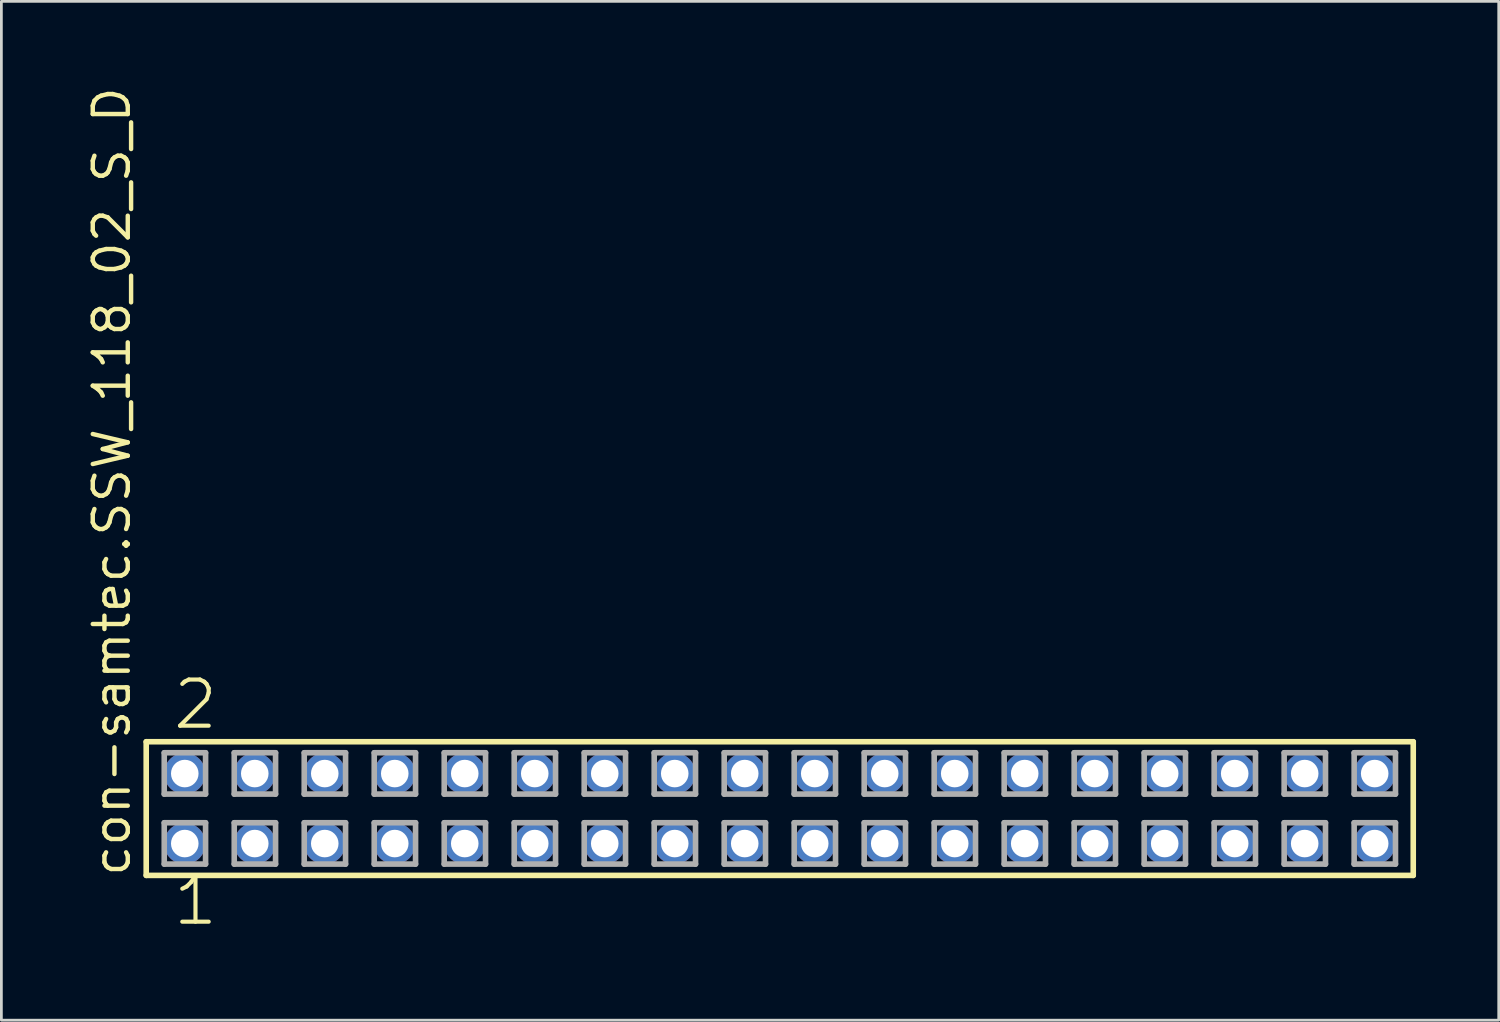
<source format=kicad_pcb>
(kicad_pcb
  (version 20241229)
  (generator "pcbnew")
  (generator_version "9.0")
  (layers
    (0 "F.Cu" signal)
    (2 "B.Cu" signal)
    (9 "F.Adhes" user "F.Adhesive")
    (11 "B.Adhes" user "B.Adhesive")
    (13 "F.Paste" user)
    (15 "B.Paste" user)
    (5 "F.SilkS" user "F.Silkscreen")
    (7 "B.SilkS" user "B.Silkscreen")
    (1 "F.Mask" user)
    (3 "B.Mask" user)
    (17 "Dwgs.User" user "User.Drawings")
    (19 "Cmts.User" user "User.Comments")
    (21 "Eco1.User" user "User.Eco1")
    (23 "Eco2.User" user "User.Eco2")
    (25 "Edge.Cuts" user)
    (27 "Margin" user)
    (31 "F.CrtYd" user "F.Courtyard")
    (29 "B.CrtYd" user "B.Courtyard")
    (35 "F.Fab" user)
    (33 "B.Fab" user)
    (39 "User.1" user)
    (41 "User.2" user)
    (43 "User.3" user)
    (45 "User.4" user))
  (footprint "con-samtec.SSW_118_02_S_D"
    (layer "F.Cu")
    (at 25.245 26.291)
    (property "Reference" "con-samtec.SSW_118_02_S_D" (at -23.495 2.54 90) (layer "F.SilkS") (effects (font (size 1.27 1.27) (thickness 0.16)) (justify left bottom)))
    (attr through_hole)
    (fp_line (start -22.989 -2.425) (end 22.989 -2.425) (stroke (width 0.203) (type default)) (layer "F.SilkS"))
    (fp_line (start -22.989 2.425) (end -22.989 -2.425) (stroke (width 0.203) (type default)) (layer "F.SilkS"))
    (fp_line (start 22.989 -2.425) (end 22.989 2.425) (stroke (width 0.203) (type default)) (layer "F.SilkS"))
    (fp_line (start 22.989 2.425) (end -22.989 2.425) (stroke (width 0.203) (type default)) (layer "F.SilkS"))
    (fp_line (start -22.335 -2.025) (end -20.835 -2.025) (stroke (width 0.203) (type default)) (layer "F.Fab"))
    (fp_line (start -22.335 -0.525) (end -22.335 -2.025) (stroke (width 0.203) (type default)) (layer "F.Fab"))
    (fp_line (start -22.335 0.515) (end -20.835 0.515) (stroke (width 0.203) (type default)) (layer "F.Fab"))
    (fp_line (start -22.335 2.015) (end -22.335 0.515) (stroke (width 0.203) (type default)) (layer "F.Fab"))
    (fp_line (start -20.835 -2.025) (end -20.835 -0.525) (stroke (width 0.203) (type default)) (layer "F.Fab"))
    (fp_line (start -20.835 -0.525) (end -22.335 -0.525) (stroke (width 0.203) (type default)) (layer "F.Fab"))
    (fp_line (start -20.835 0.515) (end -20.835 2.015) (stroke (width 0.203) (type default)) (layer "F.Fab"))
    (fp_line (start -20.835 2.015) (end -22.335 2.015) (stroke (width 0.203) (type default)) (layer "F.Fab"))
    (fp_line (start -19.795 -2.025) (end -18.295 -2.025) (stroke (width 0.203) (type default)) (layer "F.Fab"))
    (fp_line (start -19.795 -0.525) (end -19.795 -2.025) (stroke (width 0.203) (type default)) (layer "F.Fab"))
    (fp_line (start -19.795 0.515) (end -18.295 0.515) (stroke (width 0.203) (type default)) (layer "F.Fab"))
    (fp_line (start -19.795 2.015) (end -19.795 0.515) (stroke (width 0.203) (type default)) (layer "F.Fab"))
    (fp_line (start -18.295 -2.025) (end -18.295 -0.525) (stroke (width 0.203) (type default)) (layer "F.Fab"))
    (fp_line (start -18.295 -0.525) (end -19.795 -0.525) (stroke (width 0.203) (type default)) (layer "F.Fab"))
    (fp_line (start -18.295 0.515) (end -18.295 2.015) (stroke (width 0.203) (type default)) (layer "F.Fab"))
    (fp_line (start -18.295 2.015) (end -19.795 2.015) (stroke (width 0.203) (type default)) (layer "F.Fab"))
    (fp_line (start -17.255 -2.025) (end -15.755 -2.025) (stroke (width 0.203) (type default)) (layer "F.Fab"))
    (fp_line (start -17.255 -0.525) (end -17.255 -2.025) (stroke (width 0.203) (type default)) (layer "F.Fab"))
    (fp_line (start -17.255 0.515) (end -15.755 0.515) (stroke (width 0.203) (type default)) (layer "F.Fab"))
    (fp_line (start -17.255 2.015) (end -17.255 0.515) (stroke (width 0.203) (type default)) (layer "F.Fab"))
    (fp_line (start -15.755 -2.025) (end -15.755 -0.525) (stroke (width 0.203) (type default)) (layer "F.Fab"))
    (fp_line (start -15.755 -0.525) (end -17.255 -0.525) (stroke (width 0.203) (type default)) (layer "F.Fab"))
    (fp_line (start -15.755 0.515) (end -15.755 2.015) (stroke (width 0.203) (type default)) (layer "F.Fab"))
    (fp_line (start -15.755 2.015) (end -17.255 2.015) (stroke (width 0.203) (type default)) (layer "F.Fab"))
    (fp_line (start -14.715 -2.025) (end -13.215 -2.025) (stroke (width 0.203) (type default)) (layer "F.Fab"))
    (fp_line (start -14.715 -0.525) (end -14.715 -2.025) (stroke (width 0.203) (type default)) (layer "F.Fab"))
    (fp_line (start -14.715 0.515) (end -13.215 0.515) (stroke (width 0.203) (type default)) (layer "F.Fab"))
    (fp_line (start -14.715 2.015) (end -14.715 0.515) (stroke (width 0.203) (type default)) (layer "F.Fab"))
    (fp_line (start -13.215 -2.025) (end -13.215 -0.525) (stroke (width 0.203) (type default)) (layer "F.Fab"))
    (fp_line (start -13.215 -0.525) (end -14.715 -0.525) (stroke (width 0.203) (type default)) (layer "F.Fab"))
    (fp_line (start -13.215 0.515) (end -13.215 2.015) (stroke (width 0.203) (type default)) (layer "F.Fab"))
    (fp_line (start -13.215 2.015) (end -14.715 2.015) (stroke (width 0.203) (type default)) (layer "F.Fab"))
    (fp_line (start -12.175 -2.025) (end -10.675 -2.025) (stroke (width 0.203) (type default)) (layer "F.Fab"))
    (fp_line (start -12.175 -0.525) (end -12.175 -2.025) (stroke (width 0.203) (type default)) (layer "F.Fab"))
    (fp_line (start -12.175 0.515) (end -10.675 0.515) (stroke (width 0.203) (type default)) (layer "F.Fab"))
    (fp_line (start -12.175 2.015) (end -12.175 0.515) (stroke (width 0.203) (type default)) (layer "F.Fab"))
    (fp_line (start -10.675 -2.025) (end -10.675 -0.525) (stroke (width 0.203) (type default)) (layer "F.Fab"))
    (fp_line (start -10.675 -0.525) (end -12.175 -0.525) (stroke (width 0.203) (type default)) (layer "F.Fab"))
    (fp_line (start -10.675 0.515) (end -10.675 2.015) (stroke (width 0.203) (type default)) (layer "F.Fab"))
    (fp_line (start -10.675 2.015) (end -12.175 2.015) (stroke (width 0.203) (type default)) (layer "F.Fab"))
    (fp_line (start -9.635 -2.025) (end -8.135 -2.025) (stroke (width 0.203) (type default)) (layer "F.Fab"))
    (fp_line (start -9.635 -0.525) (end -9.635 -2.025) (stroke (width 0.203) (type default)) (layer "F.Fab"))
    (fp_line (start -9.635 0.515) (end -8.135 0.515) (stroke (width 0.203) (type default)) (layer "F.Fab"))
    (fp_line (start -9.635 2.015) (end -9.635 0.515) (stroke (width 0.203) (type default)) (layer "F.Fab"))
    (fp_line (start -8.135 -2.025) (end -8.135 -0.525) (stroke (width 0.203) (type default)) (layer "F.Fab"))
    (fp_line (start -8.135 -0.525) (end -9.635 -0.525) (stroke (width 0.203) (type default)) (layer "F.Fab"))
    (fp_line (start -8.135 0.515) (end -8.135 2.015) (stroke (width 0.203) (type default)) (layer "F.Fab"))
    (fp_line (start -8.135 2.015) (end -9.635 2.015) (stroke (width 0.203) (type default)) (layer "F.Fab"))
    (fp_line (start -7.095 -2.025) (end -5.595 -2.025) (stroke (width 0.203) (type default)) (layer "F.Fab"))
    (fp_line (start -7.095 -0.525) (end -7.095 -2.025) (stroke (width 0.203) (type default)) (layer "F.Fab"))
    (fp_line (start -7.095 0.515) (end -5.595 0.515) (stroke (width 0.203) (type default)) (layer "F.Fab"))
    (fp_line (start -7.095 2.015) (end -7.095 0.515) (stroke (width 0.203) (type default)) (layer "F.Fab"))
    (fp_line (start -5.595 -2.025) (end -5.595 -0.525) (stroke (width 0.203) (type default)) (layer "F.Fab"))
    (fp_line (start -5.595 -0.525) (end -7.095 -0.525) (stroke (width 0.203) (type default)) (layer "F.Fab"))
    (fp_line (start -5.595 0.515) (end -5.595 2.015) (stroke (width 0.203) (type default)) (layer "F.Fab"))
    (fp_line (start -5.595 2.015) (end -7.095 2.015) (stroke (width 0.203) (type default)) (layer "F.Fab"))
    (fp_line (start -4.555 -2.025) (end -3.055 -2.025) (stroke (width 0.203) (type default)) (layer "F.Fab"))
    (fp_line (start -4.555 -0.525) (end -4.555 -2.025) (stroke (width 0.203) (type default)) (layer "F.Fab"))
    (fp_line (start -4.555 0.515) (end -3.055 0.515) (stroke (width 0.203) (type default)) (layer "F.Fab"))
    (fp_line (start -4.555 2.015) (end -4.555 0.515) (stroke (width 0.203) (type default)) (layer "F.Fab"))
    (fp_line (start -3.055 -2.025) (end -3.055 -0.525) (stroke (width 0.203) (type default)) (layer "F.Fab"))
    (fp_line (start -3.055 -0.525) (end -4.555 -0.525) (stroke (width 0.203) (type default)) (layer "F.Fab"))
    (fp_line (start -3.055 0.515) (end -3.055 2.015) (stroke (width 0.203) (type default)) (layer "F.Fab"))
    (fp_line (start -3.055 2.015) (end -4.555 2.015) (stroke (width 0.203) (type default)) (layer "F.Fab"))
    (fp_line (start -2.015 -2.025) (end -0.515 -2.025) (stroke (width 0.203) (type default)) (layer "F.Fab"))
    (fp_line (start -2.015 -0.525) (end -2.015 -2.025) (stroke (width 0.203) (type default)) (layer "F.Fab"))
    (fp_line (start -2.015 0.515) (end -0.515 0.515) (stroke (width 0.203) (type default)) (layer "F.Fab"))
    (fp_line (start -2.015 2.015) (end -2.015 0.515) (stroke (width 0.203) (type default)) (layer "F.Fab"))
    (fp_line (start -0.515 -2.025) (end -0.515 -0.525) (stroke (width 0.203) (type default)) (layer "F.Fab"))
    (fp_line (start -0.515 -0.525) (end -2.015 -0.525) (stroke (width 0.203) (type default)) (layer "F.Fab"))
    (fp_line (start -0.515 0.515) (end -0.515 2.015) (stroke (width 0.203) (type default)) (layer "F.Fab"))
    (fp_line (start -0.515 2.015) (end -2.015 2.015) (stroke (width 0.203) (type default)) (layer "F.Fab"))
    (fp_line (start 0.525 -2.025) (end 2.025 -2.025) (stroke (width 0.203) (type default)) (layer "F.Fab"))
    (fp_line (start 0.525 -0.525) (end 0.525 -2.025) (stroke (width 0.203) (type default)) (layer "F.Fab"))
    (fp_line (start 0.525 0.515) (end 2.025 0.515) (stroke (width 0.203) (type default)) (layer "F.Fab"))
    (fp_line (start 0.525 2.015) (end 0.525 0.515) (stroke (width 0.203) (type default)) (layer "F.Fab"))
    (fp_line (start 2.025 -2.025) (end 2.025 -0.525) (stroke (width 0.203) (type default)) (layer "F.Fab"))
    (fp_line (start 2.025 -0.525) (end 0.525 -0.525) (stroke (width 0.203) (type default)) (layer "F.Fab"))
    (fp_line (start 2.025 0.515) (end 2.025 2.015) (stroke (width 0.203) (type default)) (layer "F.Fab"))
    (fp_line (start 2.025 2.015) (end 0.525 2.015) (stroke (width 0.203) (type default)) (layer "F.Fab"))
    (fp_line (start 3.065 -2.025) (end 4.565 -2.025) (stroke (width 0.203) (type default)) (layer "F.Fab"))
    (fp_line (start 3.065 -0.525) (end 3.065 -2.025) (stroke (width 0.203) (type default)) (layer "F.Fab"))
    (fp_line (start 3.065 0.515) (end 4.565 0.515) (stroke (width 0.203) (type default)) (layer "F.Fab"))
    (fp_line (start 3.065 2.015) (end 3.065 0.515) (stroke (width 0.203) (type default)) (layer "F.Fab"))
    (fp_line (start 4.565 -2.025) (end 4.565 -0.525) (stroke (width 0.203) (type default)) (layer "F.Fab"))
    (fp_line (start 4.565 -0.525) (end 3.065 -0.525) (stroke (width 0.203) (type default)) (layer "F.Fab"))
    (fp_line (start 4.565 0.515) (end 4.565 2.015) (stroke (width 0.203) (type default)) (layer "F.Fab"))
    (fp_line (start 4.565 2.015) (end 3.065 2.015) (stroke (width 0.203) (type default)) (layer "F.Fab"))
    (fp_line (start 5.605 -2.025) (end 7.105 -2.025) (stroke (width 0.203) (type default)) (layer "F.Fab"))
    (fp_line (start 5.605 -0.525) (end 5.605 -2.025) (stroke (width 0.203) (type default)) (layer "F.Fab"))
    (fp_line (start 5.605 0.515) (end 7.105 0.515) (stroke (width 0.203) (type default)) (layer "F.Fab"))
    (fp_line (start 5.605 2.015) (end 5.605 0.515) (stroke (width 0.203) (type default)) (layer "F.Fab"))
    (fp_line (start 7.105 -2.025) (end 7.105 -0.525) (stroke (width 0.203) (type default)) (layer "F.Fab"))
    (fp_line (start 7.105 -0.525) (end 5.605 -0.525) (stroke (width 0.203) (type default)) (layer "F.Fab"))
    (fp_line (start 7.105 0.515) (end 7.105 2.015) (stroke (width 0.203) (type default)) (layer "F.Fab"))
    (fp_line (start 7.105 2.015) (end 5.605 2.015) (stroke (width 0.203) (type default)) (layer "F.Fab"))
    (fp_line (start 8.145 -2.025) (end 9.645 -2.025) (stroke (width 0.203) (type default)) (layer "F.Fab"))
    (fp_line (start 8.145 -0.525) (end 8.145 -2.025) (stroke (width 0.203) (type default)) (layer "F.Fab"))
    (fp_line (start 8.145 0.515) (end 9.645 0.515) (stroke (width 0.203) (type default)) (layer "F.Fab"))
    (fp_line (start 8.145 2.015) (end 8.145 0.515) (stroke (width 0.203) (type default)) (layer "F.Fab"))
    (fp_line (start 9.645 -2.025) (end 9.645 -0.525) (stroke (width 0.203) (type default)) (layer "F.Fab"))
    (fp_line (start 9.645 -0.525) (end 8.145 -0.525) (stroke (width 0.203) (type default)) (layer "F.Fab"))
    (fp_line (start 9.645 0.515) (end 9.645 2.015) (stroke (width 0.203) (type default)) (layer "F.Fab"))
    (fp_line (start 9.645 2.015) (end 8.145 2.015) (stroke (width 0.203) (type default)) (layer "F.Fab"))
    (fp_line (start 10.685 -2.025) (end 12.185 -2.025) (stroke (width 0.203) (type default)) (layer "F.Fab"))
    (fp_line (start 10.685 -0.525) (end 10.685 -2.025) (stroke (width 0.203) (type default)) (layer "F.Fab"))
    (fp_line (start 10.685 0.515) (end 12.185 0.515) (stroke (width 0.203) (type default)) (layer "F.Fab"))
    (fp_line (start 10.685 2.015) (end 10.685 0.515) (stroke (width 0.203) (type default)) (layer "F.Fab"))
    (fp_line (start 12.185 -2.025) (end 12.185 -0.525) (stroke (width 0.203) (type default)) (layer "F.Fab"))
    (fp_line (start 12.185 -0.525) (end 10.685 -0.525) (stroke (width 0.203) (type default)) (layer "F.Fab"))
    (fp_line (start 12.185 0.515) (end 12.185 2.015) (stroke (width 0.203) (type default)) (layer "F.Fab"))
    (fp_line (start 12.185 2.015) (end 10.685 2.015) (stroke (width 0.203) (type default)) (layer "F.Fab"))
    (fp_line (start 13.225 -2.025) (end 14.725 -2.025) (stroke (width 0.203) (type default)) (layer "F.Fab"))
    (fp_line (start 13.225 -0.525) (end 13.225 -2.025) (stroke (width 0.203) (type default)) (layer "F.Fab"))
    (fp_line (start 13.225 0.515) (end 14.725 0.515) (stroke (width 0.203) (type default)) (layer "F.Fab"))
    (fp_line (start 13.225 2.015) (end 13.225 0.515) (stroke (width 0.203) (type default)) (layer "F.Fab"))
    (fp_line (start 14.725 -2.025) (end 14.725 -0.525) (stroke (width 0.203) (type default)) (layer "F.Fab"))
    (fp_line (start 14.725 -0.525) (end 13.225 -0.525) (stroke (width 0.203) (type default)) (layer "F.Fab"))
    (fp_line (start 14.725 0.515) (end 14.725 2.015) (stroke (width 0.203) (type default)) (layer "F.Fab"))
    (fp_line (start 14.725 2.015) (end 13.225 2.015) (stroke (width 0.203) (type default)) (layer "F.Fab"))
    (fp_line (start 15.765 -2.025) (end 17.265 -2.025) (stroke (width 0.203) (type default)) (layer "F.Fab"))
    (fp_line (start 15.765 -0.525) (end 15.765 -2.025) (stroke (width 0.203) (type default)) (layer "F.Fab"))
    (fp_line (start 15.765 0.515) (end 17.265 0.515) (stroke (width 0.203) (type default)) (layer "F.Fab"))
    (fp_line (start 15.765 2.015) (end 15.765 0.515) (stroke (width 0.203) (type default)) (layer "F.Fab"))
    (fp_line (start 17.265 -2.025) (end 17.265 -0.525) (stroke (width 0.203) (type default)) (layer "F.Fab"))
    (fp_line (start 17.265 -0.525) (end 15.765 -0.525) (stroke (width 0.203) (type default)) (layer "F.Fab"))
    (fp_line (start 17.265 0.515) (end 17.265 2.015) (stroke (width 0.203) (type default)) (layer "F.Fab"))
    (fp_line (start 17.265 2.015) (end 15.765 2.015) (stroke (width 0.203) (type default)) (layer "F.Fab"))
    (fp_line (start 18.305 -2.025) (end 19.805 -2.025) (stroke (width 0.203) (type default)) (layer "F.Fab"))
    (fp_line (start 18.305 -0.525) (end 18.305 -2.025) (stroke (width 0.203) (type default)) (layer "F.Fab"))
    (fp_line (start 18.305 0.515) (end 19.805 0.515) (stroke (width 0.203) (type default)) (layer "F.Fab"))
    (fp_line (start 18.305 2.015) (end 18.305 0.515) (stroke (width 0.203) (type default)) (layer "F.Fab"))
    (fp_line (start 19.805 -2.025) (end 19.805 -0.525) (stroke (width 0.203) (type default)) (layer "F.Fab"))
    (fp_line (start 19.805 -0.525) (end 18.305 -0.525) (stroke (width 0.203) (type default)) (layer "F.Fab"))
    (fp_line (start 19.805 0.515) (end 19.805 2.015) (stroke (width 0.203) (type default)) (layer "F.Fab"))
    (fp_line (start 19.805 2.015) (end 18.305 2.015) (stroke (width 0.203) (type default)) (layer "F.Fab"))
    (fp_line (start 20.845 -2.025) (end 22.345 -2.025) (stroke (width 0.203) (type default)) (layer "F.Fab"))
    (fp_line (start 20.845 -0.525) (end 20.845 -2.025) (stroke (width 0.203) (type default)) (layer "F.Fab"))
    (fp_line (start 20.845 0.515) (end 22.345 0.515) (stroke (width 0.203) (type default)) (layer "F.Fab"))
    (fp_line (start 20.845 2.015) (end 20.845 0.515) (stroke (width 0.203) (type default)) (layer "F.Fab"))
    (fp_line (start 22.345 -2.025) (end 22.345 -0.525) (stroke (width 0.203) (type default)) (layer "F.Fab"))
    (fp_line (start 22.345 -0.525) (end 20.845 -0.525) (stroke (width 0.203) (type default)) (layer "F.Fab"))
    (fp_line (start 22.345 0.515) (end 22.345 2.015) (stroke (width 0.203) (type default)) (layer "F.Fab"))
    (fp_line (start 22.345 2.015) (end 20.845 2.015) (stroke (width 0.203) (type default)) (layer "F.Fab"))
    (fp_text user "2" (at -22.098 -2.794 0) (layer "F.SilkS") (effects (font (size 1.676 1.676) (thickness 0.15)) (justify left bottom)))
    (fp_text user "1" (at -22.098 4.318 0) (layer "F.SilkS") (effects (font (size 1.676 1.676) (thickness 0.15)) (justify left bottom)))
    (pad "1" thru_hole circle (at -21.59 1.27) (size 1.5 1.5) (drill 1) (layers "*.Cu" "*.Mask"))
    (pad "2" thru_hole circle (at -21.59 -1.27) (size 1.5 1.5) (drill 1) (layers "*.Cu" "*.Mask"))
    (pad "3" thru_hole circle (at -19.05 1.27) (size 1.5 1.5) (drill 1) (layers "*.Cu" "*.Mask"))
    (pad "4" thru_hole circle (at -19.05 -1.27) (size 1.5 1.5) (drill 1) (layers "*.Cu" "*.Mask"))
    (pad "5" thru_hole circle (at -16.51 1.27) (size 1.5 1.5) (drill 1) (layers "*.Cu" "*.Mask"))
    (pad "6" thru_hole circle (at -16.51 -1.27) (size 1.5 1.5) (drill 1) (layers "*.Cu" "*.Mask"))
    (pad "7" thru_hole circle (at -13.97 1.27) (size 1.5 1.5) (drill 1) (layers "*.Cu" "*.Mask"))
    (pad "8" thru_hole circle (at -13.97 -1.27) (size 1.5 1.5) (drill 1) (layers "*.Cu" "*.Mask"))
    (pad "9" thru_hole circle (at -11.43 1.27) (size 1.5 1.5) (drill 1) (layers "*.Cu" "*.Mask"))
    (pad "10" thru_hole circle (at -11.43 -1.27) (size 1.5 1.5) (drill 1) (layers "*.Cu" "*.Mask"))
    (pad "11" thru_hole circle (at -8.89 1.27) (size 1.5 1.5) (drill 1) (layers "*.Cu" "*.Mask"))
    (pad "12" thru_hole circle (at -8.89 -1.27) (size 1.5 1.5) (drill 1) (layers "*.Cu" "*.Mask"))
    (pad "13" thru_hole circle (at -6.35 1.27) (size 1.5 1.5) (drill 1) (layers "*.Cu" "*.Mask"))
    (pad "14" thru_hole circle (at -6.35 -1.27) (size 1.5 1.5) (drill 1) (layers "*.Cu" "*.Mask"))
    (pad "15" thru_hole circle (at -3.81 1.27) (size 1.5 1.5) (drill 1) (layers "*.Cu" "*.Mask"))
    (pad "16" thru_hole circle (at -3.81 -1.27) (size 1.5 1.5) (drill 1) (layers "*.Cu" "*.Mask"))
    (pad "17" thru_hole circle (at -1.27 1.27) (size 1.5 1.5) (drill 1) (layers "*.Cu" "*.Mask"))
    (pad "18" thru_hole circle (at -1.27 -1.27) (size 1.5 1.5) (drill 1) (layers "*.Cu" "*.Mask"))
    (pad "19" thru_hole circle (at 1.27 1.27) (size 1.5 1.5) (drill 1) (layers "*.Cu" "*.Mask"))
    (pad "20" thru_hole circle (at 1.27 -1.27) (size 1.5 1.5) (drill 1) (layers "*.Cu" "*.Mask"))
    (pad "21" thru_hole circle (at 3.81 1.27) (size 1.5 1.5) (drill 1) (layers "*.Cu" "*.Mask"))
    (pad "22" thru_hole circle (at 3.81 -1.27) (size 1.5 1.5) (drill 1) (layers "*.Cu" "*.Mask"))
    (pad "23" thru_hole circle (at 6.35 1.27) (size 1.5 1.5) (drill 1) (layers "*.Cu" "*.Mask"))
    (pad "24" thru_hole circle (at 6.35 -1.27) (size 1.5 1.5) (drill 1) (layers "*.Cu" "*.Mask"))
    (pad "25" thru_hole circle (at 8.89 1.27) (size 1.5 1.5) (drill 1) (layers "*.Cu" "*.Mask"))
    (pad "26" thru_hole circle (at 8.89 -1.27) (size 1.5 1.5) (drill 1) (layers "*.Cu" "*.Mask"))
    (pad "27" thru_hole circle (at 11.43 1.27) (size 1.5 1.5) (drill 1) (layers "*.Cu" "*.Mask"))
    (pad "28" thru_hole circle (at 11.43 -1.27) (size 1.5 1.5) (drill 1) (layers "*.Cu" "*.Mask"))
    (pad "29" thru_hole circle (at 13.97 1.27) (size 1.5 1.5) (drill 1) (layers "*.Cu" "*.Mask"))
    (pad "30" thru_hole circle (at 13.97 -1.27) (size 1.5 1.5) (drill 1) (layers "*.Cu" "*.Mask"))
    (pad "31" thru_hole circle (at 16.51 1.27) (size 1.5 1.5) (drill 1) (layers "*.Cu" "*.Mask"))
    (pad "32" thru_hole circle (at 16.51 -1.27) (size 1.5 1.5) (drill 1) (layers "*.Cu" "*.Mask"))
    (pad "33" thru_hole circle (at 19.05 1.27) (size 1.5 1.5) (drill 1) (layers "*.Cu" "*.Mask"))
    (pad "34" thru_hole circle (at 19.05 -1.27) (size 1.5 1.5) (drill 1) (layers "*.Cu" "*.Mask"))
    (pad "35" thru_hole circle (at 21.59 1.27) (size 1.5 1.5) (drill 1) (layers "*.Cu" "*.Mask"))
    (pad "36" thru_hole circle (at 21.59 -1.27) (size 1.5 1.5) (drill 1) (layers "*.Cu" "*.Mask")))
  (gr_rect
    (start -3 -3)
    (end 51.336 33.971)
    (stroke (width 0.1) (type default))
    (fill no)
    (layer "Edge.Cuts")))
</source>
